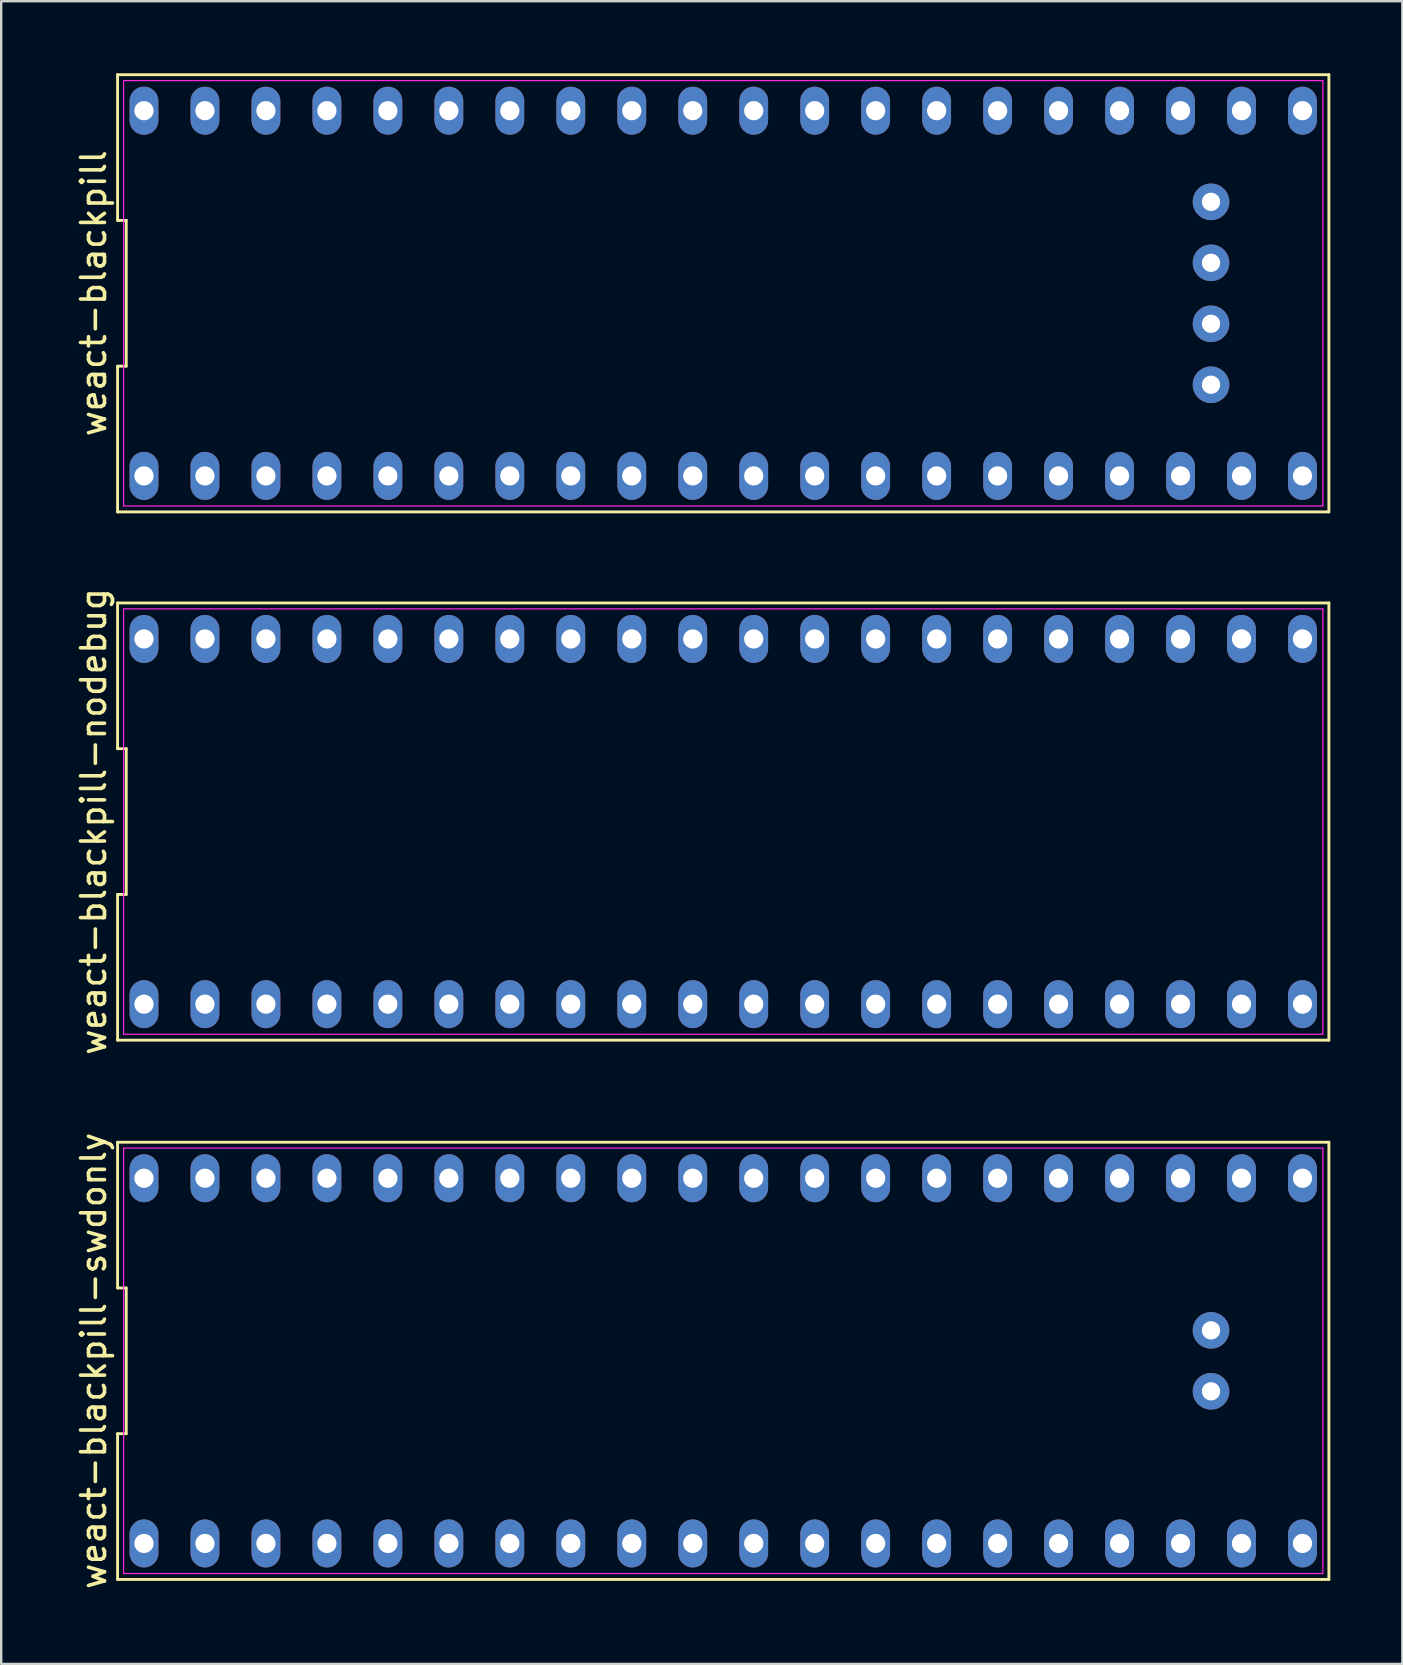
<source format=kicad_pcb>
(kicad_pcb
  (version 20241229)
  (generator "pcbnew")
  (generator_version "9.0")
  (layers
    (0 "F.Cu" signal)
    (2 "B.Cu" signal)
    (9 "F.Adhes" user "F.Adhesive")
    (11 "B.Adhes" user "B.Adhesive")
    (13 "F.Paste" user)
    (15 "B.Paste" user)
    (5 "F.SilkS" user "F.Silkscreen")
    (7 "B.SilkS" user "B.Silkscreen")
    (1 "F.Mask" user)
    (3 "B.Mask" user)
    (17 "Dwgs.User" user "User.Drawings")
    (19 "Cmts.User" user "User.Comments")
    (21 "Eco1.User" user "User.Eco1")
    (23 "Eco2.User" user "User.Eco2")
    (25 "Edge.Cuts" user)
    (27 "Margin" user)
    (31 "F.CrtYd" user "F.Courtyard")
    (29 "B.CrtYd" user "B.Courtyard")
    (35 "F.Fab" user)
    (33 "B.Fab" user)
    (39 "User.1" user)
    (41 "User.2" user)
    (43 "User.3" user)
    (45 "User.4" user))
  (footprint "weact-blackpill"
    (layer "F.Cu")
    (at 27.078 9.168)
    (property "Reference" "weact-blackpill" (at -26.23 0 90) (layer "F.SilkS") (effects (font (size 1 1) (thickness 0.15))))
    (attr through_hole)
    (fp_line (start -25.23 -9.107) (end -25.23 -3.036) (stroke (width 0.12) (type solid)) (layer "F.SilkS"))
    (fp_line (start -25.23 -3.036) (end -24.87 -3.036) (stroke (width 0.12) (type solid)) (layer "F.SilkS"))
    (fp_line (start -25.23 3.036) (end -25.23 9.107) (stroke (width 0.12) (type solid)) (layer "F.SilkS"))
    (fp_line (start -25.23 9.107) (end 25.23 9.107) (stroke (width 0.12) (type solid)) (layer "F.SilkS"))
    (fp_line (start -24.87 -3.036) (end -24.87 3.036) (stroke (width 0.12) (type solid)) (layer "F.SilkS"))
    (fp_line (start -24.87 3.036) (end -25.23 3.036) (stroke (width 0.12) (type solid)) (layer "F.SilkS"))
    (fp_line (start 25.23 -9.107) (end -25.23 -9.107) (stroke (width 0.12) (type solid)) (layer "F.SilkS"))
    (fp_line (start 25.23 9.107) (end 25.23 -9.107) (stroke (width 0.12) (type solid)) (layer "F.SilkS"))
    (fp_line (start -24.98 -8.86) (end 24.98 -8.86) (stroke (width 0.05) (type solid)) (layer "F.CrtYd"))
    (fp_line (start -24.98 8.86) (end -24.98 -8.86) (stroke (width 0.05) (type solid)) (layer "F.CrtYd"))
    (fp_line (start 24.98 -8.86) (end 24.98 8.86) (stroke (width 0.05) (type solid)) (layer "F.CrtYd"))
    (fp_line (start 24.98 8.86) (end -24.98 8.86) (stroke (width 0.05) (type solid)) (layer "F.CrtYd"))
    (pad "1" thru_hole oval (at -24.13 7.607) (size 1.2 2) (drill 0.8) (layers "*.Cu" "*.Mask"))
    (pad "2" thru_hole oval (at -21.59 7.607) (size 1.2 2) (drill 0.8) (layers "*.Cu" "*.Mask"))
    (pad "3" thru_hole oval (at -19.05 7.607) (size 1.2 2) (drill 0.8) (layers "*.Cu" "*.Mask"))
    (pad "4" thru_hole oval (at -16.51 7.607) (size 1.2 2) (drill 0.8) (layers "*.Cu" "*.Mask"))
    (pad "5" thru_hole oval (at -13.97 7.607) (size 1.2 2) (drill 0.8) (layers "*.Cu" "*.Mask"))
    (pad "6" thru_hole oval (at -11.43 7.607) (size 1.2 2) (drill 0.8) (layers "*.Cu" "*.Mask"))
    (pad "7" thru_hole oval (at -8.89 7.607) (size 1.2 2) (drill 0.8) (layers "*.Cu" "*.Mask"))
    (pad "8" thru_hole oval (at -6.35 7.607) (size 1.2 2) (drill 0.8) (layers "*.Cu" "*.Mask"))
    (pad "9" thru_hole oval (at -3.81 7.607) (size 1.2 2) (drill 0.8) (layers "*.Cu" "*.Mask"))
    (pad "10" thru_hole oval (at -1.27 7.607) (size 1.2 2) (drill 0.8) (layers "*.Cu" "*.Mask"))
    (pad "11" thru_hole oval (at 1.27 7.607) (size 1.2 2) (drill 0.8) (layers "*.Cu" "*.Mask"))
    (pad "12" thru_hole oval (at 3.81 7.607) (size 1.2 2) (drill 0.8) (layers "*.Cu" "*.Mask"))
    (pad "13" thru_hole oval (at 6.35 7.607) (size 1.2 2) (drill 0.8) (layers "*.Cu" "*.Mask"))
    (pad "14" thru_hole oval (at 8.89 7.607) (size 1.2 2) (drill 0.8) (layers "*.Cu" "*.Mask"))
    (pad "15" thru_hole oval (at 11.43 7.607) (size 1.2 2) (drill 0.8) (layers "*.Cu" "*.Mask"))
    (pad "16" thru_hole oval (at 13.97 7.607) (size 1.2 2) (drill 0.8) (layers "*.Cu" "*.Mask"))
    (pad "17" thru_hole oval (at 16.51 7.607) (size 1.2 2) (drill 0.8) (layers "*.Cu" "*.Mask"))
    (pad "18" thru_hole oval (at 19.05 7.607) (size 1.2 2) (drill 0.8) (layers "*.Cu" "*.Mask"))
    (pad "19" thru_hole oval (at 21.59 7.607) (size 1.2 2) (drill 0.8) (layers "*.Cu" "*.Mask"))
    (pad "20" thru_hole oval (at 24.13 7.607) (size 1.2 2) (drill 0.8) (layers "*.Cu" "*.Mask"))
    (pad "21" thru_hole circle (at 20.32 3.81) (size 1.524 1.524) (drill 0.762) (layers "*.Cu" "*.Mask"))
    (pad "22" thru_hole circle (at 20.32 1.27) (size 1.524 1.524) (drill 0.762) (layers "*.Cu" "*.Mask"))
    (pad "23" thru_hole circle (at 20.32 -1.27) (size 1.524 1.524) (drill 0.762) (layers "*.Cu" "*.Mask"))
    (pad "24" thru_hole circle (at 20.32 -3.81) (size 1.524 1.524) (drill 0.762) (layers "*.Cu" "*.Mask"))
    (pad "25" thru_hole oval (at 24.13 -7.607) (size 1.2 2) (drill 0.8) (layers "*.Cu" "*.Mask"))
    (pad "26" thru_hole oval (at 21.59 -7.607) (size 1.2 2) (drill 0.8) (layers "*.Cu" "*.Mask"))
    (pad "27" thru_hole oval (at 19.05 -7.607) (size 1.2 2) (drill 0.8) (layers "*.Cu" "*.Mask"))
    (pad "28" thru_hole oval (at 16.51 -7.607) (size 1.2 2) (drill 0.8) (layers "*.Cu" "*.Mask"))
    (pad "29" thru_hole oval (at 13.97 -7.607) (size 1.2 2) (drill 0.8) (layers "*.Cu" "*.Mask"))
    (pad "30" thru_hole oval (at 11.43 -7.607) (size 1.2 2) (drill 0.8) (layers "*.Cu" "*.Mask"))
    (pad "31" thru_hole oval (at 8.89 -7.607) (size 1.2 2) (drill 0.8) (layers "*.Cu" "*.Mask"))
    (pad "32" thru_hole oval (at 6.35 -7.607) (size 1.2 2) (drill 0.8) (layers "*.Cu" "*.Mask"))
    (pad "33" thru_hole oval (at 3.81 -7.607) (size 1.2 2) (drill 0.8) (layers "*.Cu" "*.Mask"))
    (pad "34" thru_hole oval (at 1.27 -7.607) (size 1.2 2) (drill 0.8) (layers "*.Cu" "*.Mask"))
    (pad "35" thru_hole oval (at -1.27 -7.607) (size 1.2 2) (drill 0.8) (layers "*.Cu" "*.Mask"))
    (pad "36" thru_hole oval (at -3.81 -7.607) (size 1.2 2) (drill 0.8) (layers "*.Cu" "*.Mask"))
    (pad "37" thru_hole oval (at -6.35 -7.607) (size 1.2 2) (drill 0.8) (layers "*.Cu" "*.Mask"))
    (pad "38" thru_hole oval (at -8.89 -7.607) (size 1.2 2) (drill 0.8) (layers "*.Cu" "*.Mask"))
    (pad "39" thru_hole oval (at -11.43 -7.607) (size 1.2 2) (drill 0.8) (layers "*.Cu" "*.Mask"))
    (pad "40" thru_hole oval (at -13.97 -7.607) (size 1.2 2) (drill 0.8) (layers "*.Cu" "*.Mask"))
    (pad "41" thru_hole oval (at -16.51 -7.607) (size 1.2 2) (drill 0.8) (layers "*.Cu" "*.Mask"))
    (pad "42" thru_hole oval (at -19.05 -7.607) (size 1.2 2) (drill 0.8) (layers "*.Cu" "*.Mask"))
    (pad "43" thru_hole oval (at -21.59 -7.607) (size 1.2 2) (drill 0.8) (layers "*.Cu" "*.Mask"))
    (pad "44" thru_hole oval (at -24.13 -7.607) (size 1.2 2) (drill 0.8) (layers "*.Cu" "*.Mask")))
  (footprint "weact-blackpill-nodebug"
    (layer "F.Cu")
    (at 27.078 31.174)
    (property "Reference" "weact-blackpill-nodebug" (at -26.23 0 90) (layer "F.SilkS") (effects (font (size 1 1) (thickness 0.15))))
    (attr through_hole)
    (fp_line (start -25.23 -9.107) (end -25.23 -3.036) (stroke (width 0.12) (type solid)) (layer "F.SilkS"))
    (fp_line (start -25.23 -3.036) (end -24.87 -3.036) (stroke (width 0.12) (type solid)) (layer "F.SilkS"))
    (fp_line (start -25.23 3.036) (end -25.23 9.107) (stroke (width 0.12) (type solid)) (layer "F.SilkS"))
    (fp_line (start -25.23 9.107) (end 25.23 9.107) (stroke (width 0.12) (type solid)) (layer "F.SilkS"))
    (fp_line (start -24.87 -3.036) (end -24.87 3.036) (stroke (width 0.12) (type solid)) (layer "F.SilkS"))
    (fp_line (start -24.87 3.036) (end -25.23 3.036) (stroke (width 0.12) (type solid)) (layer "F.SilkS"))
    (fp_line (start 25.23 -9.107) (end -25.23 -9.107) (stroke (width 0.12) (type solid)) (layer "F.SilkS"))
    (fp_line (start 25.23 9.107) (end 25.23 -9.107) (stroke (width 0.12) (type solid)) (layer "F.SilkS"))
    (fp_line (start -24.98 -8.86) (end 24.98 -8.86) (stroke (width 0.05) (type solid)) (layer "F.CrtYd"))
    (fp_line (start -24.98 8.86) (end -24.98 -8.86) (stroke (width 0.05) (type solid)) (layer "F.CrtYd"))
    (fp_line (start 24.98 -8.86) (end 24.98 8.86) (stroke (width 0.05) (type solid)) (layer "F.CrtYd"))
    (fp_line (start 24.98 8.86) (end -24.98 8.86) (stroke (width 0.05) (type solid)) (layer "F.CrtYd"))
    (pad "1" thru_hole oval (at -24.13 7.607) (size 1.2 2) (drill 0.8) (layers "*.Cu" "*.Mask"))
    (pad "2" thru_hole oval (at -21.59 7.607) (size 1.2 2) (drill 0.8) (layers "*.Cu" "*.Mask"))
    (pad "3" thru_hole oval (at -19.05 7.607) (size 1.2 2) (drill 0.8) (layers "*.Cu" "*.Mask"))
    (pad "4" thru_hole oval (at -16.51 7.607) (size 1.2 2) (drill 0.8) (layers "*.Cu" "*.Mask"))
    (pad "5" thru_hole oval (at -13.97 7.607) (size 1.2 2) (drill 0.8) (layers "*.Cu" "*.Mask"))
    (pad "6" thru_hole oval (at -11.43 7.607) (size 1.2 2) (drill 0.8) (layers "*.Cu" "*.Mask"))
    (pad "7" thru_hole oval (at -8.89 7.607) (size 1.2 2) (drill 0.8) (layers "*.Cu" "*.Mask"))
    (pad "8" thru_hole oval (at -6.35 7.607) (size 1.2 2) (drill 0.8) (layers "*.Cu" "*.Mask"))
    (pad "9" thru_hole oval (at -3.81 7.607) (size 1.2 2) (drill 0.8) (layers "*.Cu" "*.Mask"))
    (pad "10" thru_hole oval (at -1.27 7.607) (size 1.2 2) (drill 0.8) (layers "*.Cu" "*.Mask"))
    (pad "11" thru_hole oval (at 1.27 7.607) (size 1.2 2) (drill 0.8) (layers "*.Cu" "*.Mask"))
    (pad "12" thru_hole oval (at 3.81 7.607) (size 1.2 2) (drill 0.8) (layers "*.Cu" "*.Mask"))
    (pad "13" thru_hole oval (at 6.35 7.607) (size 1.2 2) (drill 0.8) (layers "*.Cu" "*.Mask"))
    (pad "14" thru_hole oval (at 8.89 7.607) (size 1.2 2) (drill 0.8) (layers "*.Cu" "*.Mask"))
    (pad "15" thru_hole oval (at 11.43 7.607) (size 1.2 2) (drill 0.8) (layers "*.Cu" "*.Mask"))
    (pad "16" thru_hole oval (at 13.97 7.607) (size 1.2 2) (drill 0.8) (layers "*.Cu" "*.Mask"))
    (pad "17" thru_hole oval (at 16.51 7.607) (size 1.2 2) (drill 0.8) (layers "*.Cu" "*.Mask"))
    (pad "18" thru_hole oval (at 19.05 7.607) (size 1.2 2) (drill 0.8) (layers "*.Cu" "*.Mask"))
    (pad "19" thru_hole oval (at 21.59 7.607) (size 1.2 2) (drill 0.8) (layers "*.Cu" "*.Mask"))
    (pad "20" thru_hole oval (at 24.13 7.607) (size 1.2 2) (drill 0.8) (layers "*.Cu" "*.Mask"))
    (pad "21" thru_hole oval (at 24.13 -7.607) (size 1.2 2) (drill 0.8) (layers "*.Cu" "*.Mask"))
    (pad "22" thru_hole oval (at 21.59 -7.607) (size 1.2 2) (drill 0.8) (layers "*.Cu" "*.Mask"))
    (pad "23" thru_hole oval (at 19.05 -7.607) (size 1.2 2) (drill 0.8) (layers "*.Cu" "*.Mask"))
    (pad "24" thru_hole oval (at 16.51 -7.607) (size 1.2 2) (drill 0.8) (layers "*.Cu" "*.Mask"))
    (pad "25" thru_hole oval (at 13.97 -7.607) (size 1.2 2) (drill 0.8) (layers "*.Cu" "*.Mask"))
    (pad "26" thru_hole oval (at 11.43 -7.607) (size 1.2 2) (drill 0.8) (layers "*.Cu" "*.Mask"))
    (pad "27" thru_hole oval (at 8.89 -7.607) (size 1.2 2) (drill 0.8) (layers "*.Cu" "*.Mask"))
    (pad "28" thru_hole oval (at 6.35 -7.607) (size 1.2 2) (drill 0.8) (layers "*.Cu" "*.Mask"))
    (pad "29" thru_hole oval (at 3.81 -7.607) (size 1.2 2) (drill 0.8) (layers "*.Cu" "*.Mask"))
    (pad "30" thru_hole oval (at 1.27 -7.607) (size 1.2 2) (drill 0.8) (layers "*.Cu" "*.Mask"))
    (pad "31" thru_hole oval (at -1.27 -7.607) (size 1.2 2) (drill 0.8) (layers "*.Cu" "*.Mask"))
    (pad "32" thru_hole oval (at -3.81 -7.607) (size 1.2 2) (drill 0.8) (layers "*.Cu" "*.Mask"))
    (pad "33" thru_hole oval (at -6.35 -7.607) (size 1.2 2) (drill 0.8) (layers "*.Cu" "*.Mask"))
    (pad "34" thru_hole oval (at -8.89 -7.607) (size 1.2 2) (drill 0.8) (layers "*.Cu" "*.Mask"))
    (pad "35" thru_hole oval (at -11.43 -7.607) (size 1.2 2) (drill 0.8) (layers "*.Cu" "*.Mask"))
    (pad "36" thru_hole oval (at -13.97 -7.607) (size 1.2 2) (drill 0.8) (layers "*.Cu" "*.Mask"))
    (pad "37" thru_hole oval (at -16.51 -7.607) (size 1.2 2) (drill 0.8) (layers "*.Cu" "*.Mask"))
    (pad "38" thru_hole oval (at -19.05 -7.607) (size 1.2 2) (drill 0.8) (layers "*.Cu" "*.Mask"))
    (pad "39" thru_hole oval (at -21.59 -7.607) (size 1.2 2) (drill 0.8) (layers "*.Cu" "*.Mask"))
    (pad "40" thru_hole oval (at -24.13 -7.607) (size 1.2 2) (drill 0.8) (layers "*.Cu" "*.Mask")))
  (footprint "weact-blackpill-swdonly"
    (layer "F.Cu")
    (at 27.078 53.639)
    (property "Reference" "weact-blackpill-swdonly" (at -26.23 0 90) (layer "F.SilkS") (effects (font (size 1 1) (thickness 0.15))))
    (attr through_hole)
    (fp_line (start -25.23 -9.107) (end -25.23 -3.036) (stroke (width 0.12) (type solid)) (layer "F.SilkS"))
    (fp_line (start -25.23 -3.036) (end -24.87 -3.036) (stroke (width 0.12) (type solid)) (layer "F.SilkS"))
    (fp_line (start -25.23 3.036) (end -25.23 9.107) (stroke (width 0.12) (type solid)) (layer "F.SilkS"))
    (fp_line (start -25.23 9.107) (end 25.23 9.107) (stroke (width 0.12) (type solid)) (layer "F.SilkS"))
    (fp_line (start -24.87 -3.036) (end -24.87 3.036) (stroke (width 0.12) (type solid)) (layer "F.SilkS"))
    (fp_line (start -24.87 3.036) (end -25.23 3.036) (stroke (width 0.12) (type solid)) (layer "F.SilkS"))
    (fp_line (start 25.23 -9.107) (end -25.23 -9.107) (stroke (width 0.12) (type solid)) (layer "F.SilkS"))
    (fp_line (start 25.23 9.107) (end 25.23 -9.107) (stroke (width 0.12) (type solid)) (layer "F.SilkS"))
    (fp_line (start -24.98 -8.86) (end 24.98 -8.86) (stroke (width 0.05) (type solid)) (layer "F.CrtYd"))
    (fp_line (start -24.98 8.86) (end -24.98 -8.86) (stroke (width 0.05) (type solid)) (layer "F.CrtYd"))
    (fp_line (start 24.98 -8.86) (end 24.98 8.86) (stroke (width 0.05) (type solid)) (layer "F.CrtYd"))
    (fp_line (start 24.98 8.86) (end -24.98 8.86) (stroke (width 0.05) (type solid)) (layer "F.CrtYd"))
    (pad "1" thru_hole oval (at -24.13 7.607) (size 1.2 2) (drill 0.8) (layers "*.Cu" "*.Mask"))
    (pad "2" thru_hole oval (at -21.59 7.607) (size 1.2 2) (drill 0.8) (layers "*.Cu" "*.Mask"))
    (pad "3" thru_hole oval (at -19.05 7.607) (size 1.2 2) (drill 0.8) (layers "*.Cu" "*.Mask"))
    (pad "4" thru_hole oval (at -16.51 7.607) (size 1.2 2) (drill 0.8) (layers "*.Cu" "*.Mask"))
    (pad "5" thru_hole oval (at -13.97 7.607) (size 1.2 2) (drill 0.8) (layers "*.Cu" "*.Mask"))
    (pad "6" thru_hole oval (at -11.43 7.607) (size 1.2 2) (drill 0.8) (layers "*.Cu" "*.Mask"))
    (pad "7" thru_hole oval (at -8.89 7.607) (size 1.2 2) (drill 0.8) (layers "*.Cu" "*.Mask"))
    (pad "8" thru_hole oval (at -6.35 7.607) (size 1.2 2) (drill 0.8) (layers "*.Cu" "*.Mask"))
    (pad "9" thru_hole oval (at -3.81 7.607) (size 1.2 2) (drill 0.8) (layers "*.Cu" "*.Mask"))
    (pad "10" thru_hole oval (at -1.27 7.607) (size 1.2 2) (drill 0.8) (layers "*.Cu" "*.Mask"))
    (pad "11" thru_hole oval (at 1.27 7.607) (size 1.2 2) (drill 0.8) (layers "*.Cu" "*.Mask"))
    (pad "12" thru_hole oval (at 3.81 7.607) (size 1.2 2) (drill 0.8) (layers "*.Cu" "*.Mask"))
    (pad "13" thru_hole oval (at 6.35 7.607) (size 1.2 2) (drill 0.8) (layers "*.Cu" "*.Mask"))
    (pad "14" thru_hole oval (at 8.89 7.607) (size 1.2 2) (drill 0.8) (layers "*.Cu" "*.Mask"))
    (pad "15" thru_hole oval (at 11.43 7.607) (size 1.2 2) (drill 0.8) (layers "*.Cu" "*.Mask"))
    (pad "16" thru_hole oval (at 13.97 7.607) (size 1.2 2) (drill 0.8) (layers "*.Cu" "*.Mask"))
    (pad "17" thru_hole oval (at 16.51 7.607) (size 1.2 2) (drill 0.8) (layers "*.Cu" "*.Mask"))
    (pad "18" thru_hole oval (at 19.05 7.607) (size 1.2 2) (drill 0.8) (layers "*.Cu" "*.Mask"))
    (pad "19" thru_hole oval (at 21.59 7.607) (size 1.2 2) (drill 0.8) (layers "*.Cu" "*.Mask"))
    (pad "20" thru_hole oval (at 24.13 7.607) (size 1.2 2) (drill 0.8) (layers "*.Cu" "*.Mask"))
    (pad "21" thru_hole circle (at 20.32 1.27) (size 1.524 1.524) (drill 0.762) (layers "*.Cu" "*.Mask"))
    (pad "22" thru_hole circle (at 20.32 -1.27) (size 1.524 1.524) (drill 0.762) (layers "*.Cu" "*.Mask"))
    (pad "23" thru_hole oval (at 24.13 -7.607) (size 1.2 2) (drill 0.8) (layers "*.Cu" "*.Mask"))
    (pad "24" thru_hole oval (at 21.59 -7.607) (size 1.2 2) (drill 0.8) (layers "*.Cu" "*.Mask"))
    (pad "25" thru_hole oval (at 19.05 -7.607) (size 1.2 2) (drill 0.8) (layers "*.Cu" "*.Mask"))
    (pad "26" thru_hole oval (at 16.51 -7.607) (size 1.2 2) (drill 0.8) (layers "*.Cu" "*.Mask"))
    (pad "27" thru_hole oval (at 13.97 -7.607) (size 1.2 2) (drill 0.8) (layers "*.Cu" "*.Mask"))
    (pad "28" thru_hole oval (at 11.43 -7.607) (size 1.2 2) (drill 0.8) (layers "*.Cu" "*.Mask"))
    (pad "29" thru_hole oval (at 8.89 -7.607) (size 1.2 2) (drill 0.8) (layers "*.Cu" "*.Mask"))
    (pad "30" thru_hole oval (at 6.35 -7.607) (size 1.2 2) (drill 0.8) (layers "*.Cu" "*.Mask"))
    (pad "31" thru_hole oval (at 3.81 -7.607) (size 1.2 2) (drill 0.8) (layers "*.Cu" "*.Mask"))
    (pad "32" thru_hole oval (at 1.27 -7.607) (size 1.2 2) (drill 0.8) (layers "*.Cu" "*.Mask"))
    (pad "33" thru_hole oval (at -1.27 -7.607) (size 1.2 2) (drill 0.8) (layers "*.Cu" "*.Mask"))
    (pad "34" thru_hole oval (at -3.81 -7.607) (size 1.2 2) (drill 0.8) (layers "*.Cu" "*.Mask"))
    (pad "35" thru_hole oval (at -6.35 -7.607) (size 1.2 2) (drill 0.8) (layers "*.Cu" "*.Mask"))
    (pad "36" thru_hole oval (at -8.89 -7.607) (size 1.2 2) (drill 0.8) (layers "*.Cu" "*.Mask"))
    (pad "37" thru_hole oval (at -11.43 -7.607) (size 1.2 2) (drill 0.8) (layers "*.Cu" "*.Mask"))
    (pad "38" thru_hole oval (at -13.97 -7.607) (size 1.2 2) (drill 0.8) (layers "*.Cu" "*.Mask"))
    (pad "39" thru_hole oval (at -16.51 -7.607) (size 1.2 2) (drill 0.8) (layers "*.Cu" "*.Mask"))
    (pad "40" thru_hole oval (at -19.05 -7.607) (size 1.2 2) (drill 0.8) (layers "*.Cu" "*.Mask"))
    (pad "41" thru_hole oval (at -21.59 -7.607) (size 1.2 2) (drill 0.8) (layers "*.Cu" "*.Mask"))
    (pad "42" thru_hole oval (at -24.13 -7.607) (size 1.2 2) (drill 0.8) (layers "*.Cu" "*.Mask")))
  (gr_rect
    (start -3 -3)
    (end 55.368 66.264)
    (stroke (width 0.1) (type default))
    (fill no)
    (layer "Edge.Cuts")))
</source>
